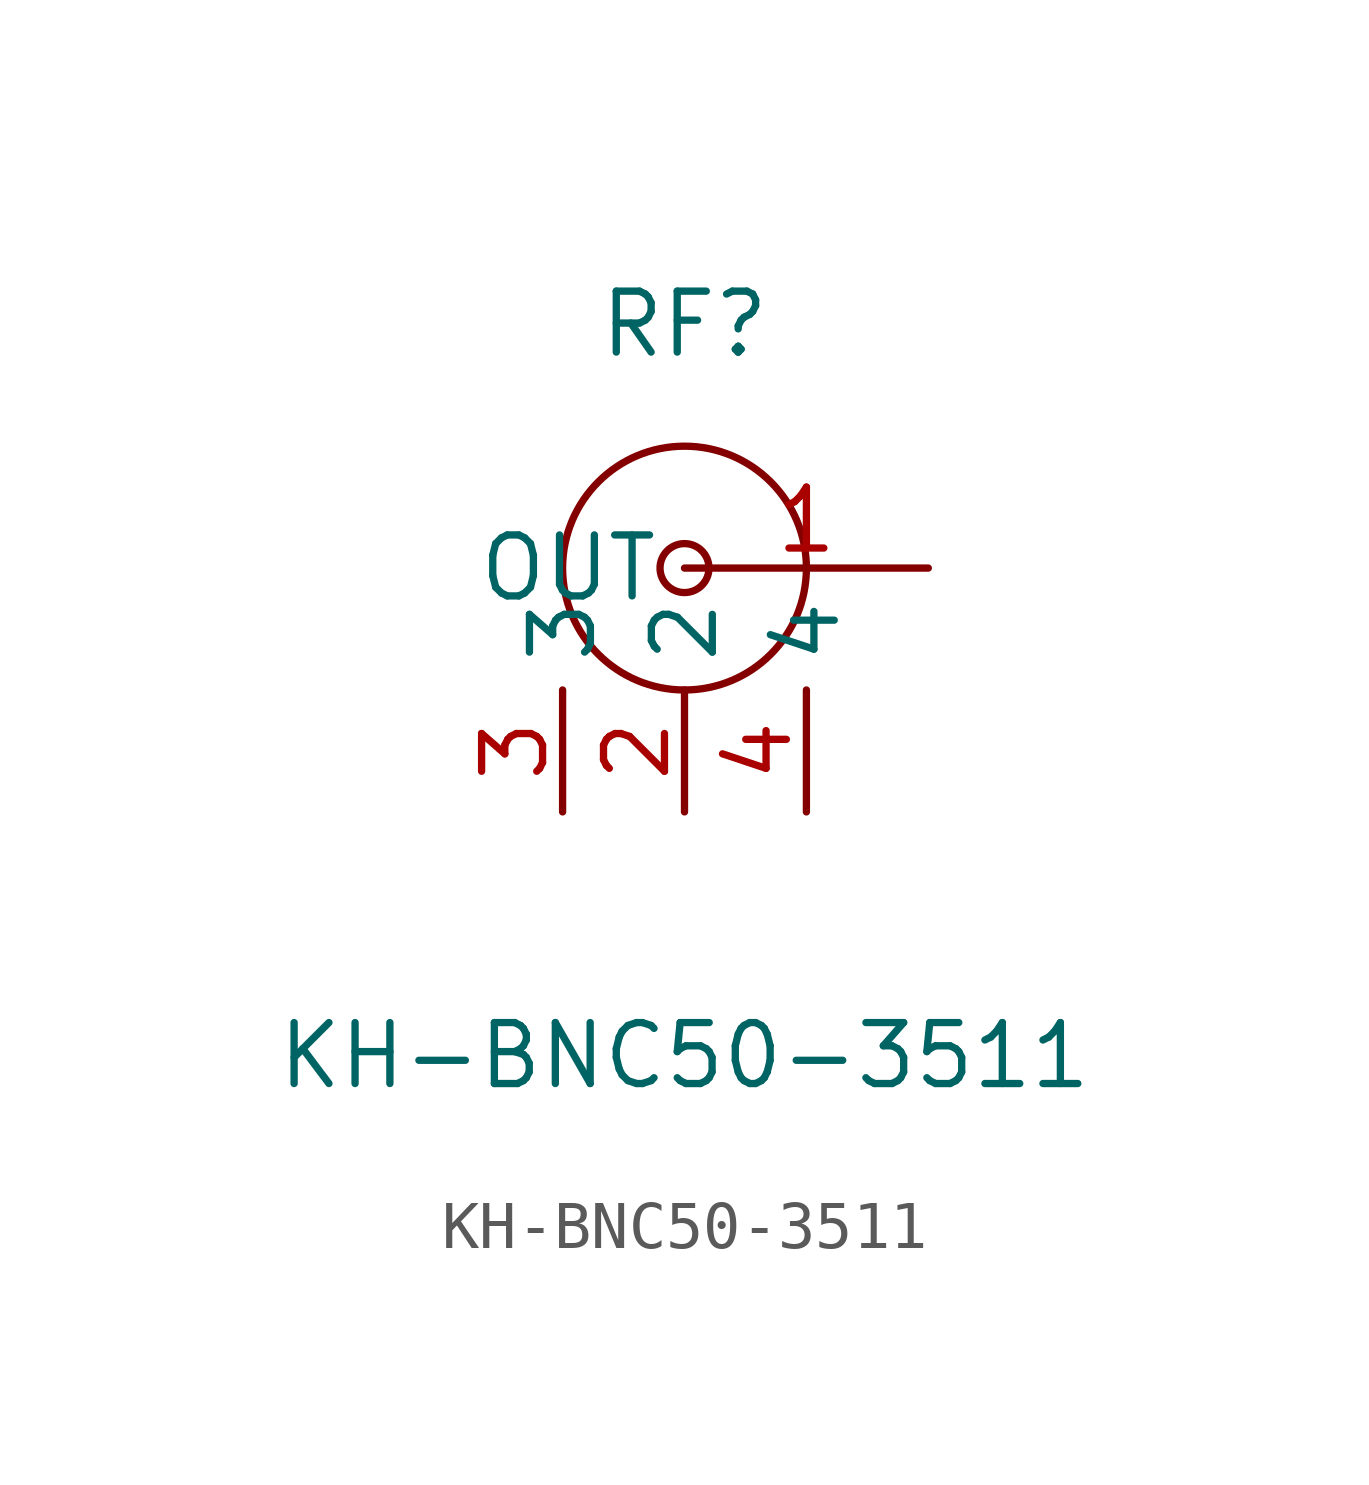
<source format=kicad_sym>
(kicad_symbol_lib
  (version 20231120)
  (generator "kicad_symbol_editor")
  (generator_version "8.0")
  (symbol "KH-BNC50-3511"
    (property "Reference" "RF"
      (at 0 5.08 0)
      (effects (font (size 1.27 1.27))))
    (property "Value" "KH-BNC50-3511"
      (at 0 -10.16 0)
      (effects (font (size 1.27 1.27))))
    (symbol "KH-BNC50-3511_0_1"
      (circle (center 0.00 -0.00) (radius 0.51) (stroke (width 0) (type default) (color 0 0 0 0)) (fill (type none)))
      (circle (center 0.00 -0.00) (radius 2.54) (stroke (width 0) (type default) (color 0 0 0 0)) (fill (type none)))
      (pin unspecified line (at 0.00 -5.08 90) (length 2.54) (name "2" (effects (font (size 1.27 1.27)))) (number "2" (effects (font (size 1.27 1.27)))))
      (pin unspecified line (at 5.08 -0.00 180) (length 5.08) (name "OUT" (effects (font (size 1.27 1.27)))) (number "1" (effects (font (size 1.27 1.27)))))
      (pin unspecified line (at -2.54 -5.08 90) (length 2.54) (name "3" (effects (font (size 1.27 1.27)))) (number "3" (effects (font (size 1.27 1.27)))))
      (pin unspecified line (at 2.54 -5.08 90) (length 2.54) (name "4" (effects (font (size 1.27 1.27)))) (number "4" (effects (font (size 1.27 1.27))))))))
</source>
